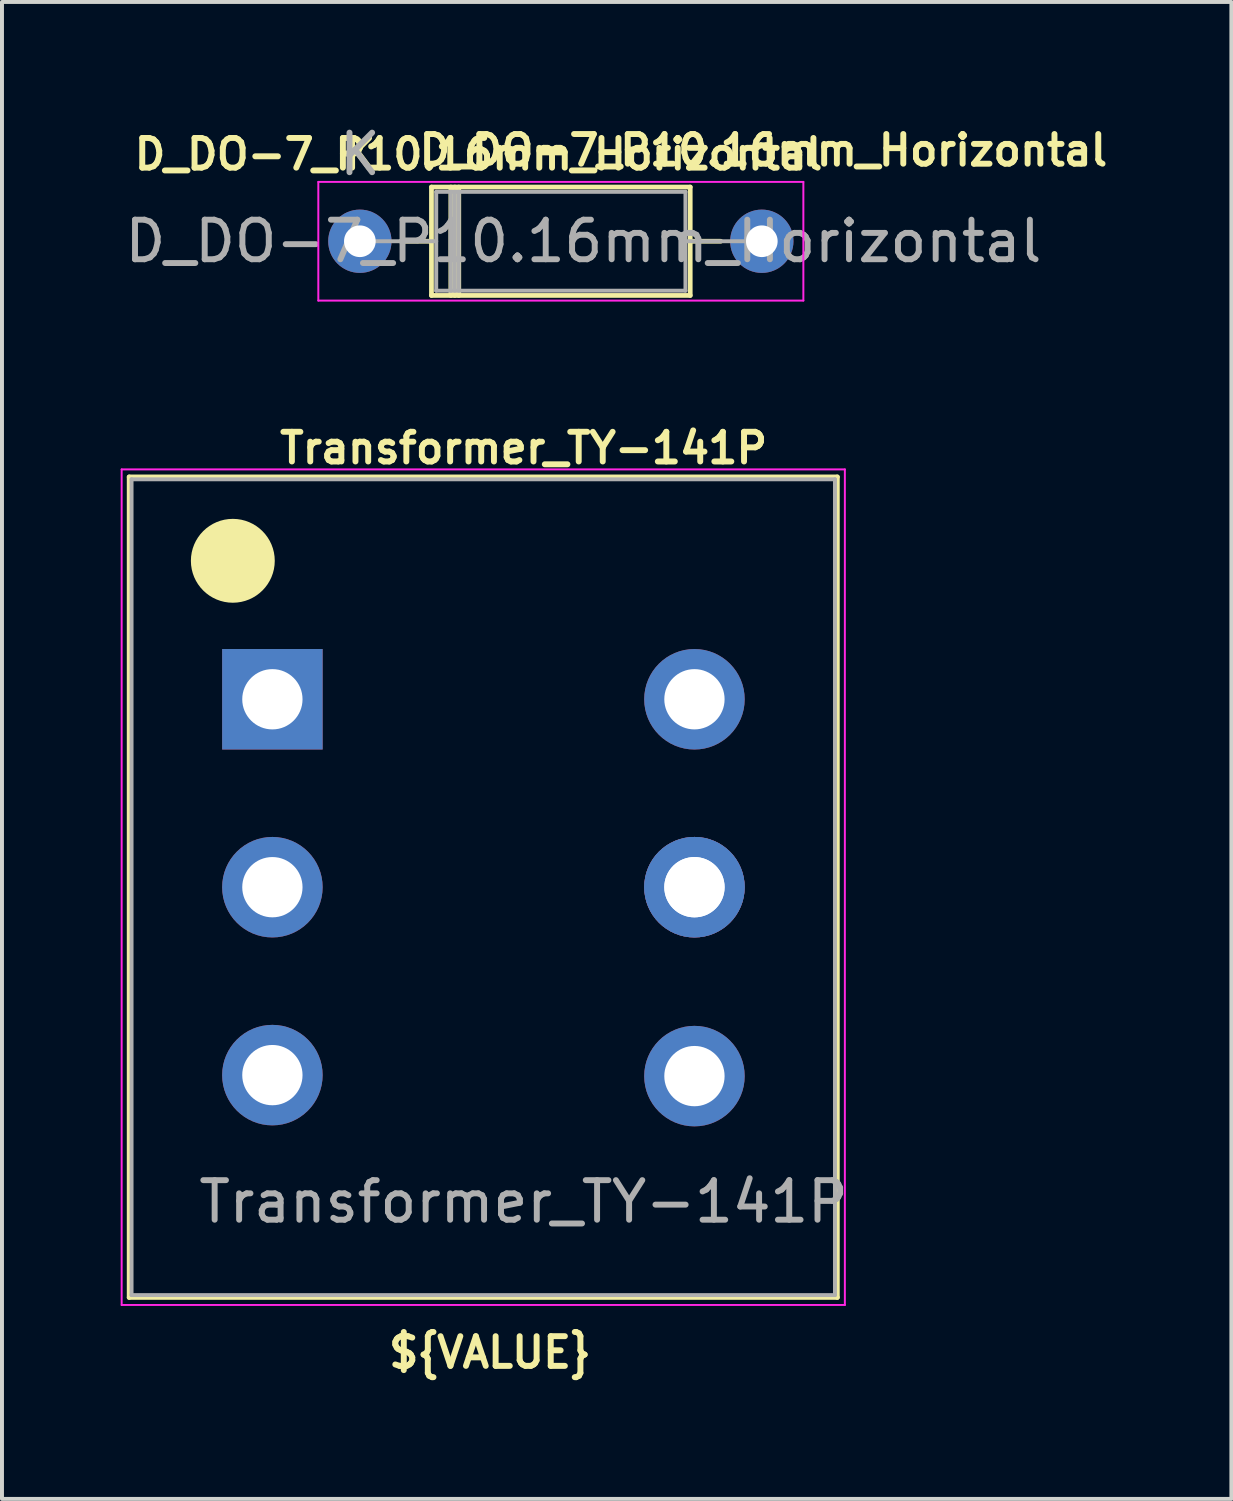
<source format=kicad_pcb>
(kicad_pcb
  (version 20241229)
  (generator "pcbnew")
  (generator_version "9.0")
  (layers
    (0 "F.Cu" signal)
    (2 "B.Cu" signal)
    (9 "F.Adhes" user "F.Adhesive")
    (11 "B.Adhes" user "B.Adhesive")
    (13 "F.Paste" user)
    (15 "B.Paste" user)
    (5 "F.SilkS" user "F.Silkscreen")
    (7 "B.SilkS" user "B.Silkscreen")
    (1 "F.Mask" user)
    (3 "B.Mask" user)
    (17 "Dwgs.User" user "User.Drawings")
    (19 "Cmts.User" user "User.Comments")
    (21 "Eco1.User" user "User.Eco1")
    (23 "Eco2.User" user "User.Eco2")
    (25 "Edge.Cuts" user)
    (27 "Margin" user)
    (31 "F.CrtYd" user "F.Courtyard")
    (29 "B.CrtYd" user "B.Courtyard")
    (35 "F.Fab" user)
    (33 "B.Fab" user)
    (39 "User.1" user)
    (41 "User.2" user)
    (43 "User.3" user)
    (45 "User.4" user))
  (footprint "Transformer_TY-141P"
    (layer "F.Cu")
    (at 3.835 14.625)
    (property "Reference" "Transformer_TY-141P" (at 6.35 -6.35 180) (layer "F.SilkS") (effects (font (size 0.75 0.75) (thickness 0.15))))
    (property "Value" "${VALUE}" (at 5.33 13.97 180) (layer "F.Fab") (hide yes) (effects (font (size 1 1) (thickness 0.15))))
    (attr through_hole)
    (fp_line (start -3.62 -5.62) (end 14.28 -5.62) (stroke (width 0.12) (type solid)) (layer "F.SilkS"))
    (fp_line (start -3.62 15.12) (end -3.62 -5.62) (stroke (width 0.12) (type solid)) (layer "F.SilkS"))
    (fp_line (start 14.28 -5.62) (end 14.28 15.12) (stroke (width 0.12) (type solid)) (layer "F.SilkS"))
    (fp_line (start 14.28 15.12) (end -3.62 15.12) (stroke (width 0.12) (type solid)) (layer "F.SilkS"))
    (fp_circle (center -1 -3.5) (end -2 -3.5) (stroke (width 0.12) (type solid)) (fill yes) (layer "F.SilkS"))
    (fp_line (start -3.81 -5.81) (end -3.81 15.31) (stroke (width 0.05) (type solid)) (layer "F.CrtYd"))
    (fp_line (start -3.81 -5.81) (end 14.47 -5.81) (stroke (width 0.05) (type solid)) (layer "F.CrtYd"))
    (fp_line (start 14.47 15.31) (end -3.81 15.31) (stroke (width 0.05) (type solid)) (layer "F.CrtYd"))
    (fp_line (start 14.47 15.31) (end 14.47 -5.81) (stroke (width 0.05) (type solid)) (layer "F.CrtYd"))
    (fp_line (start -3.56 -5.56) (end -3.56 15.06) (stroke (width 0.1) (type solid)) (layer "F.Fab"))
    (fp_line (start -3.56 15.06) (end 14.22 15.06) (stroke (width 0.1) (type solid)) (layer "F.Fab"))
    (fp_line (start 14.22 -5.56) (end -3.56 -5.56) (stroke (width 0.1) (type solid)) (layer "F.Fab"))
    (fp_line (start 14.22 15.06) (end 14.22 -5.56) (stroke (width 0.1) (type solid)) (layer "F.Fab"))
    (fp_text user "${VALUE}" (at 5.5 16.51 180) (layer "F.SilkS") (effects (font (size 0.75 0.75) (thickness 0.15))))
    (fp_text user "${REFERENCE}" (at 6.35 12.7 180) (layer "F.Fab") (effects (font (size 1 1) (thickness 0.15))))
    (pad "1" thru_hole rect (at 0 0) (size 2.54 2.54) (drill 1.524) (layers "*.Cu" "*.Mask"))
    (pad "2" thru_hole circle (at 0 4.75) (size 2.54 2.54) (drill 1.524) (layers "*.Cu" "*.Mask"))
    (pad "3" thru_hole circle (at 0 9.5) (size 2.54 2.54) (drill 1.524) (layers "*.Cu" "*.Mask"))
    (pad "4" thru_hole circle (at 10.668 9.525) (size 2.54 2.54) (drill 1.524) (layers "*.Cu" "*.Mask"))
    (pad "5" thru_hole circle (at 10.668 4.75) (size 2.54 2.54) (drill 1.524) (layers "*.Cu" "*.Mask"))
    (pad "5" thru_hole circle (at 10.668 4.75 180) (size 2.54 2.54) (drill 1.524) (layers "*.Cu" "*.Mask"))
    (pad "6" thru_hole circle (at 10.668 0) (size 2.54 2.54) (drill 1.524) (layers "*.Cu" "*.Mask")))
  (footprint "D_DO-7_P10.16mm_Horizontal"
    (layer "F.Cu")
    (at 6.046 3.048)
    (property "Reference" "D_DO-7_P10.16mm_Horizontal" (at 3 -2.2 0) (layer "F.SilkS") (effects (font (size 0.75 0.75) (thickness 0.15))))
    (property "Value" "D_DO-7_P10.16mm_Horizontal" (at 5.08 2.92 0) (layer "F.Fab") (hide yes) (effects (font (size 1 1) (thickness 0.15))))
    (attr through_hole)
    (fp_line (start 1.04 0) (end 1.81 0) (stroke (width 0.12) (type solid)) (layer "F.SilkS"))
    (fp_line (start 1.81 -1.37) (end 1.81 1.37) (stroke (width 0.12) (type solid)) (layer "F.SilkS"))
    (fp_line (start 1.81 1.37) (end 8.35 1.37) (stroke (width 0.12) (type solid)) (layer "F.SilkS"))
    (fp_line (start 2.3 -1.37) (end 2.3 1.37) (stroke (width 0.12) (type solid)) (layer "F.SilkS"))
    (fp_line (start 2.4 -1.37) (end 2.4 1.37) (stroke (width 0.12) (type solid)) (layer "F.SilkS"))
    (fp_line (start 2.5 -1.37) (end 2.5 1.37) (stroke (width 0.12) (type solid)) (layer "F.SilkS"))
    (fp_line (start 8.35 -1.37) (end 1.81 -1.37) (stroke (width 0.12) (type solid)) (layer "F.SilkS"))
    (fp_line (start 8.35 1.37) (end 8.35 -1.37) (stroke (width 0.12) (type solid)) (layer "F.SilkS"))
    (fp_line (start 9.12 0) (end 8.35 0) (stroke (width 0.12) (type solid)) (layer "F.SilkS"))
    (fp_line (start -1.05 -1.5) (end -1.05 1.5) (stroke (width 0.05) (type solid)) (layer "F.CrtYd"))
    (fp_line (start -1.05 1.5) (end 11.21 1.5) (stroke (width 0.05) (type solid)) (layer "F.CrtYd"))
    (fp_line (start 11.21 -1.5) (end -1.05 -1.5) (stroke (width 0.05) (type solid)) (layer "F.CrtYd"))
    (fp_line (start 11.21 1.5) (end 11.21 -1.5) (stroke (width 0.05) (type solid)) (layer "F.CrtYd"))
    (fp_line (start 0 0) (end 1.93 0) (stroke (width 0.1) (type solid)) (layer "F.Fab"))
    (fp_line (start 1.93 -1.25) (end 1.93 1.25) (stroke (width 0.1) (type solid)) (layer "F.Fab"))
    (fp_line (start 1.93 1.25) (end 8.23 1.25) (stroke (width 0.1) (type solid)) (layer "F.Fab"))
    (fp_line (start 2.3 -1.25) (end 2.3 1.25) (stroke (width 0.1) (type solid)) (layer "F.Fab"))
    (fp_line (start 2.4 -1.25) (end 2.4 1.25) (stroke (width 0.1) (type solid)) (layer "F.Fab"))
    (fp_line (start 2.5 -1.25) (end 2.5 1.25) (stroke (width 0.1) (type solid)) (layer "F.Fab"))
    (fp_line (start 8.23 -1.25) (end 1.93 -1.25) (stroke (width 0.1) (type solid)) (layer "F.Fab"))
    (fp_line (start 8.23 1.25) (end 8.23 -1.25) (stroke (width 0.1) (type solid)) (layer "F.Fab"))
    (fp_line (start 10.16 0) (end 8.23 0) (stroke (width 0.1) (type solid)) (layer "F.Fab"))
    (fp_text user "K" (at 0 -2.2 0) (layer "F.SilkS") (effects (font (size 0.75 0.75) (thickness 0.15))))
    (fp_text user "${VALUE}" (at 10.2 -2.3 0) (layer "F.SilkS") (effects (font (size 0.75 0.75) (thickness 0.15))))
    (fp_text user "${REFERENCE}" (at 5.65 0 0) (layer "F.Fab") (effects (font (size 1 1) (thickness 0.15))))
    (fp_text user "K" (at 0 -2.2 0) (layer "F.Fab") (effects (font (size 1 1) (thickness 0.15))))
    (pad "1" thru_hole circle (at 0 0) (size 1.6 1.6) (drill 0.8) (layers "*.Cu" "*.Mask"))
    (pad "2" thru_hole oval (at 10.16 0) (size 1.6 1.6) (drill 0.8) (layers "*.Cu" "*.Mask")))
  (gr_rect
    (start -3 -3)
    (end 28.075 34.837)
    (stroke (width 0.1) (type default))
    (fill no)
    (layer "Edge.Cuts")))
</source>
